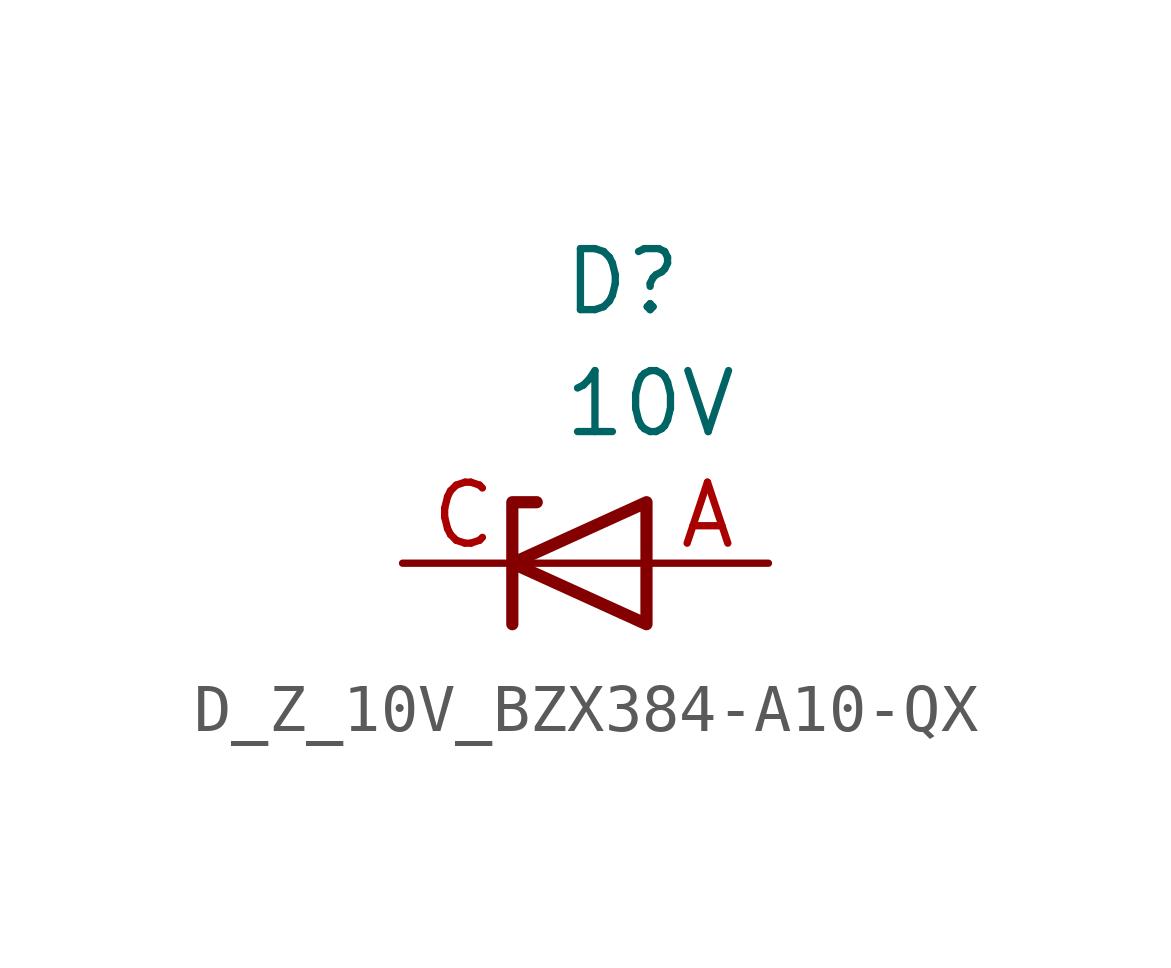
<source format=kicad_sym>
(kicad_symbol_lib
  (version 20220914)
  (generator kicad_symbol_editor)
  (symbol "D_Z_10V_BZX384-A10-QX"
    (pin_names hide)
    (property "Reference" "D"
      (at -0.508 6.604 0)
      (effects (font (size 1.27 1.27)) (justify left top)))
    (property "Value" "10V"
      (at -0.508 4.064 0)
      (effects (font (size 1.27 1.27)) (justify left top)))
    (symbol "D_Z_10V_BZX384-A10-QX_0_1"
      (polyline (pts (xy 1.27 0) (xy -1.524 0)) (stroke (width 0) (type default)) (fill (type none)))
      (polyline (pts (xy -1.524 -1.27) (xy -1.524 1.27) (xy -1.016 1.27)) (stroke (width 0.254) (type default)) (fill (type none)))
      (polyline (pts (xy 1.27 -1.27) (xy 1.27 1.27) (xy -1.524 0) (xy 1.27 -1.27)) (stroke (width 0.254) (type default)) (fill (type none))))
    (symbol "D_Z_10V_BZX384-A10-QX_1_1"
      (pin passive line (at 3.81 0 180) (length 2.54) (name "" (effects (font (size 1.27 1.27)))) (number "A" (effects (font (size 1.27 1.27)))))
      (pin passive line (at -3.81 0 0) (length 2.54) (name "" (effects (font (size 1.27 1.27)))) (number "C" (effects (font (size 1.27 1.27))))))))
</source>
